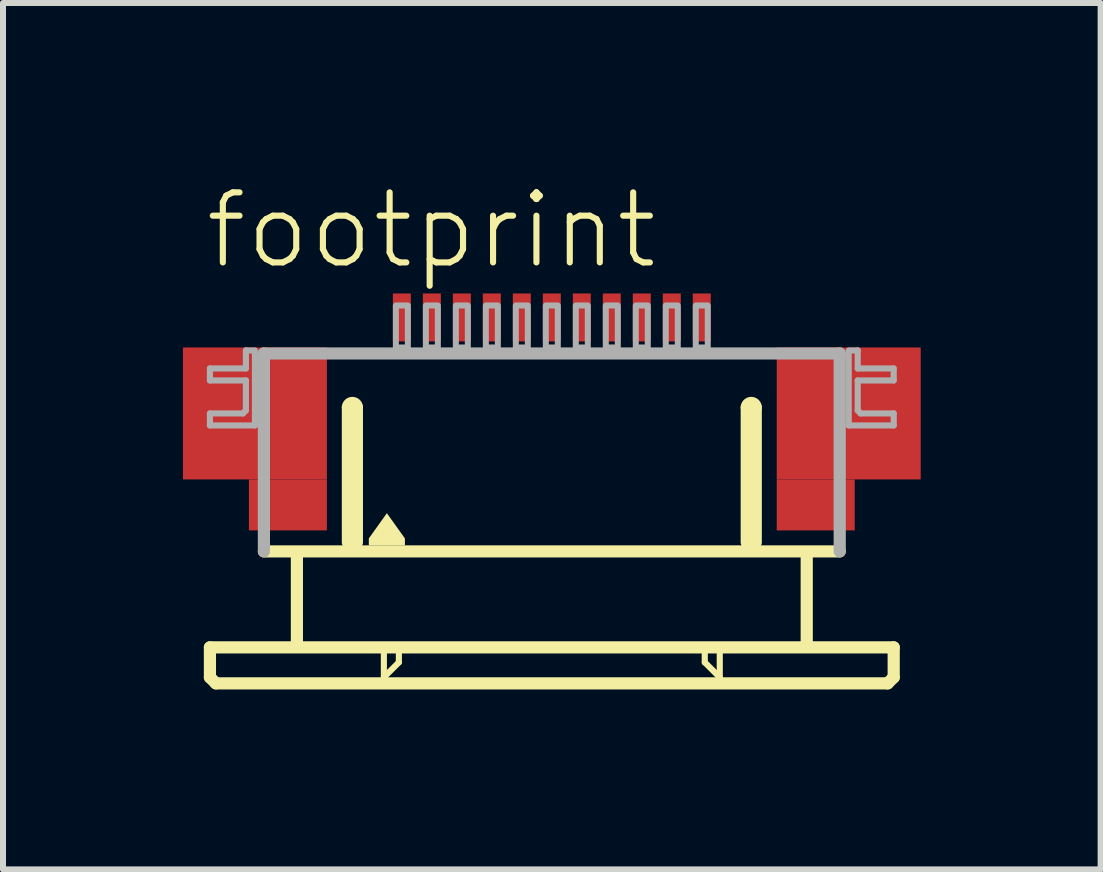
<source format=kicad_pcb>
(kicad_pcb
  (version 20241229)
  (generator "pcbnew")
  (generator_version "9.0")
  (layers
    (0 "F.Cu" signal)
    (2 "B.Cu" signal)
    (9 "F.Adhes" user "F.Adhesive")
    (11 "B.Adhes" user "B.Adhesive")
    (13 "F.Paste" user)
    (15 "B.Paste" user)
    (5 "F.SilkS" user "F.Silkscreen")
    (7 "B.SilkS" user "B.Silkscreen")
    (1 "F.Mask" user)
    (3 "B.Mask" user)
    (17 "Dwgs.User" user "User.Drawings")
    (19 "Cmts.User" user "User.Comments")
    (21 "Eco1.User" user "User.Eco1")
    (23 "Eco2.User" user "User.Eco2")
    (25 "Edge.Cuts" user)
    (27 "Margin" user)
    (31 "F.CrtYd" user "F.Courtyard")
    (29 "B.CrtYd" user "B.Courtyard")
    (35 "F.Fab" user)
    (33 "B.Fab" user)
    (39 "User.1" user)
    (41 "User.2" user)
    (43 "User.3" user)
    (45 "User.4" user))
  (footprint "footprint"
    (layer "F.Cu")
    (at 6.15 4.743)
    (property "Reference" "footprint" (at -5.83 -3.27 0) (layer "F.SilkS") (effects (font (size 1.168 1.168) (thickness 0.102)) (justify left bottom)))
    (fp_poly (pts (xy -6.15 0.2) (xy -3.75 0.2) (xy -3.75 -2) (xy -6.15 -2)) (stroke (width 0) (type solid)) (fill yes) (layer "F.Cu"))
    (fp_poly (pts (xy -5.05 1.05) (xy -3.75 1.05) (xy -3.75 0.2) (xy -5.05 0.2)) (stroke (width 0) (type solid)) (fill yes) (layer "F.Cu"))
    (fp_poly (pts (xy 3.75 0.2) (xy 6.15 0.2) (xy 6.15 -2) (xy 3.75 -2)) (stroke (width 0) (type solid)) (fill yes) (layer "F.Cu"))
    (fp_poly (pts (xy 3.75 1.05) (xy 5.05 1.05) (xy 5.05 0.2) (xy 3.75 0.2)) (stroke (width 0) (type solid)) (fill yes) (layer "F.Cu"))
    (fp_poly (pts (xy -6.15 0.2) (xy -5 0.2) (xy -5 -2) (xy -6.15 -2)) (stroke (width 0) (type solid)) (fill yes) (layer "F.Mask"))
    (fp_poly (pts (xy -5.05 1.05) (xy -3.75 1.05) (xy -3.75 -2) (xy -5.05 -2)) (stroke (width 0) (type solid)) (fill yes) (layer "F.Mask"))
    (fp_poly (pts (xy 5.05 -2) (xy 3.75 -2) (xy 3.75 1.05) (xy 5.05 1.05)) (stroke (width 0) (type solid)) (fill yes) (layer "F.Mask"))
    (fp_poly (pts (xy 6.15 -2) (xy 5 -2) (xy 5 0.2) (xy 6.15 0.2)) (stroke (width 0) (type solid)) (fill yes) (layer "F.Mask"))
    (fp_line (start -5.7 3) (end -5.7 3.5) (stroke (width 0.203) (type solid)) (layer "F.SilkS"))
    (fp_line (start -5.7 3.5) (end -5.6 3.6) (stroke (width 0.203) (type solid)) (layer "F.SilkS"))
    (fp_line (start -5.6 3.6) (end 5.6 3.6) (stroke (width 0.203) (type solid)) (layer "F.SilkS"))
    (fp_line (start -4.25 1.5) (end -4.25 2.9) (stroke (width 0.203) (type solid)) (layer "F.SilkS"))
    (fp_line (start -3.4 1.25) (end -3.4 -1) (stroke (width 0.203) (type solid)) (layer "F.SilkS"))
    (fp_line (start -3.25 -1) (end -3.25 1.25) (stroke (width 0.203) (type solid)) (layer "F.SilkS"))
    (fp_line (start -2.8 3.1) (end -2.8 3.5) (stroke (width 0.102) (type solid)) (layer "F.SilkS"))
    (fp_line (start -2.8 3.5) (end -2.55 3.25) (stroke (width 0.102) (type solid)) (layer "F.SilkS"))
    (fp_line (start -2.55 3.25) (end -2.55 3.1) (stroke (width 0.102) (type solid)) (layer "F.SilkS"))
    (fp_line (start 2.55 3.1) (end 2.55 3.25) (stroke (width 0.102) (type solid)) (layer "F.SilkS"))
    (fp_line (start 2.55 3.25) (end 2.8 3.5) (stroke (width 0.102) (type solid)) (layer "F.SilkS"))
    (fp_line (start 2.8 3.5) (end 2.8 3.1) (stroke (width 0.102) (type solid)) (layer "F.SilkS"))
    (fp_line (start 3.25 1.25) (end 3.25 -1) (stroke (width 0.203) (type solid)) (layer "F.SilkS"))
    (fp_line (start 3.4 -1) (end 3.4 1.25) (stroke (width 0.203) (type solid)) (layer "F.SilkS"))
    (fp_line (start 4.25 1.5) (end 4.25 2.9) (stroke (width 0.203) (type solid)) (layer "F.SilkS"))
    (fp_line (start 4.8 1.4) (end -4.8 1.4) (stroke (width 0.203) (type solid)) (layer "F.SilkS"))
    (fp_line (start 5.6 3.6) (end 5.7 3.5) (stroke (width 0.203) (type solid)) (layer "F.SilkS"))
    (fp_line (start 5.7 3) (end -5.7 3) (stroke (width 0.203) (type solid)) (layer "F.SilkS"))
    (fp_line (start 5.7 3.5) (end 5.7 3) (stroke (width 0.203) (type solid)) (layer "F.SilkS"))
    (fp_arc (start -3.4 -1) (mid -3.325 -1.075) (end -3.25 -1) (stroke (width 0.2032) (type solid)) (layer "F.SilkS"))
    (fp_arc (start 3.25 -1) (mid 3.325 -1.075) (end 3.4 -1) (stroke (width 0.2032) (type solid)) (layer "F.SilkS"))
    (fp_poly (pts (xy -2.449 1.184) (xy -2.449 1.301) (xy -3.051 1.301) (xy -3.051 1.184) (xy -2.75 0.763)) (stroke (width 0) (type solid)) (fill yes) (layer "F.SilkS"))
    (fp_poly (pts (xy -5.95 0.05) (xy -3.95 0.05) (xy -3.95 -1.85) (xy -5.95 -1.85)) (stroke (width 0) (type solid)) (fill yes) (layer "F.Paste"))
    (fp_poly (pts (xy 5.95 -1.85) (xy 3.95 -1.85) (xy 3.95 0.05) (xy 5.95 0.05)) (stroke (width 0) (type solid)) (fill yes) (layer "F.Paste"))
    (fp_line (start -5.7 -1.65) (end -5.7 -1.45) (stroke (width 0.102) (type solid)) (layer "F.Fab"))
    (fp_line (start -5.7 -1.45) (end -5.1 -1.45) (stroke (width 0.102) (type solid)) (layer "F.Fab"))
    (fp_line (start -5.7 -0.9) (end -5.7 -0.7) (stroke (width 0.102) (type solid)) (layer "F.Fab"))
    (fp_line (start -5.7 -0.7) (end -4.95 -0.7) (stroke (width 0.102) (type solid)) (layer "F.Fab"))
    (fp_line (start -5.15 -0.9) (end -5.7 -0.9) (stroke (width 0.102) (type solid)) (layer "F.Fab"))
    (fp_line (start -5.1 -1.95) (end -5.1 -1.65) (stroke (width 0.102) (type solid)) (layer "F.Fab"))
    (fp_line (start -5.1 -1.65) (end -5.7 -1.65) (stroke (width 0.102) (type solid)) (layer "F.Fab"))
    (fp_line (start -5.1 -1.45) (end -5.1 -0.95) (stroke (width 0.102) (type solid)) (layer "F.Fab"))
    (fp_line (start -5.1 -0.95) (end -5.15 -0.9) (stroke (width 0.102) (type solid)) (layer "F.Fab"))
    (fp_line (start -4.95 -1.95) (end -5.1 -1.95) (stroke (width 0.102) (type solid)) (layer "F.Fab"))
    (fp_line (start -4.95 -0.7) (end -4.95 -1.9) (stroke (width 0.102) (type solid)) (layer "F.Fab"))
    (fp_line (start -4.8 -1.9) (end 4.8 -1.9) (stroke (width 0.203) (type solid)) (layer "F.Fab"))
    (fp_line (start -4.8 1.4) (end -4.8 -1.9) (stroke (width 0.203) (type solid)) (layer "F.Fab"))
    (fp_line (start 4.8 -1.9) (end 4.8 1.4) (stroke (width 0.203) (type solid)) (layer "F.Fab"))
    (fp_line (start 4.95 -1.95) (end 5.1 -1.95) (stroke (width 0.102) (type solid)) (layer "F.Fab"))
    (fp_line (start 4.95 -0.7) (end 4.95 -1.9) (stroke (width 0.102) (type solid)) (layer "F.Fab"))
    (fp_line (start 5.1 -1.95) (end 5.1 -1.65) (stroke (width 0.102) (type solid)) (layer "F.Fab"))
    (fp_line (start 5.1 -1.65) (end 5.7 -1.65) (stroke (width 0.102) (type solid)) (layer "F.Fab"))
    (fp_line (start 5.1 -1.45) (end 5.1 -0.95) (stroke (width 0.102) (type solid)) (layer "F.Fab"))
    (fp_line (start 5.1 -0.95) (end 5.15 -0.9) (stroke (width 0.102) (type solid)) (layer "F.Fab"))
    (fp_line (start 5.15 -0.9) (end 5.7 -0.9) (stroke (width 0.102) (type solid)) (layer "F.Fab"))
    (fp_line (start 5.7 -1.65) (end 5.7 -1.45) (stroke (width 0.102) (type solid)) (layer "F.Fab"))
    (fp_line (start 5.7 -1.45) (end 5.1 -1.45) (stroke (width 0.102) (type solid)) (layer "F.Fab"))
    (fp_line (start 5.7 -0.9) (end 5.7 -0.7) (stroke (width 0.102) (type solid)) (layer "F.Fab"))
    (fp_line (start 5.7 -0.7) (end 4.95 -0.7) (stroke (width 0.102) (type solid)) (layer "F.Fab"))
    (fp_poly (pts (xy -2.6 -2) (xy -2.4 -2) (xy -2.4 -2.7) (xy -2.6 -2.7)) (stroke (width 0.1) (type solid)) (fill no) (layer "F.Fab"))
    (fp_poly (pts (xy -2.1 -2) (xy -1.9 -2) (xy -1.9 -2.7) (xy -2.1 -2.7)) (stroke (width 0.1) (type solid)) (fill no) (layer "F.Fab"))
    (fp_poly (pts (xy -1.6 -2) (xy -1.4 -2) (xy -1.4 -2.7) (xy -1.6 -2.7)) (stroke (width 0.1) (type solid)) (fill no) (layer "F.Fab"))
    (fp_poly (pts (xy -1.1 -2) (xy -0.9 -2) (xy -0.9 -2.7) (xy -1.1 -2.7)) (stroke (width 0.1) (type solid)) (fill no) (layer "F.Fab"))
    (fp_poly (pts (xy -0.6 -2) (xy -0.4 -2) (xy -0.4 -2.7) (xy -0.6 -2.7)) (stroke (width 0.1) (type solid)) (fill no) (layer "F.Fab"))
    (fp_poly (pts (xy -0.1 -2) (xy 0.1 -2) (xy 0.1 -2.7) (xy -0.1 -2.7)) (stroke (width 0.1) (type solid)) (fill no) (layer "F.Fab"))
    (fp_poly (pts (xy 0.4 -2) (xy 0.6 -2) (xy 0.6 -2.7) (xy 0.4 -2.7)) (stroke (width 0.1) (type solid)) (fill no) (layer "F.Fab"))
    (fp_poly (pts (xy 0.9 -2) (xy 1.1 -2) (xy 1.1 -2.7) (xy 0.9 -2.7)) (stroke (width 0.1) (type solid)) (fill no) (layer "F.Fab"))
    (fp_poly (pts (xy 1.4 -2) (xy 1.6 -2) (xy 1.6 -2.7) (xy 1.4 -2.7)) (stroke (width 0.1) (type solid)) (fill no) (layer "F.Fab"))
    (fp_poly (pts (xy 1.9 -2) (xy 2.1 -2) (xy 2.1 -2.7) (xy 1.9 -2.7)) (stroke (width 0.1) (type solid)) (fill no) (layer "F.Fab"))
    (fp_poly (pts (xy 2.4 -2) (xy 2.6 -2) (xy 2.6 -2.7) (xy 2.4 -2.7)) (stroke (width 0.1) (type solid)) (fill no) (layer "F.Fab"))
    (pad "1" smd rect (at -2.5 -2.5) (size 0.3 0.8) (layers "F.Cu" "F.Mask" "F.Paste"))
    (pad "2" smd rect (at -2 -2.5) (size 0.3 0.8) (layers "F.Cu" "F.Mask" "F.Paste"))
    (pad "3" smd rect (at -1.5 -2.5) (size 0.3 0.8) (layers "F.Cu" "F.Mask" "F.Paste"))
    (pad "4" smd rect (at -1 -2.5) (size 0.3 0.8) (layers "F.Cu" "F.Mask" "F.Paste"))
    (pad "5" smd rect (at -0.5 -2.5) (size 0.3 0.8) (layers "F.Cu" "F.Mask" "F.Paste"))
    (pad "6" smd rect (at 0 -2.5) (size 0.3 0.8) (layers "F.Cu" "F.Mask" "F.Paste"))
    (pad "7" smd rect (at 0.5 -2.5) (size 0.3 0.8) (layers "F.Cu" "F.Mask" "F.Paste"))
    (pad "8" smd rect (at 1 -2.5) (size 0.3 0.8) (layers "F.Cu" "F.Mask" "F.Paste"))
    (pad "9" smd rect (at 1.5 -2.5) (size 0.3 0.8) (layers "F.Cu" "F.Mask" "F.Paste"))
    (pad "10" smd rect (at 2 -2.5) (size 0.3 0.8) (layers "F.Cu" "F.Mask" "F.Paste"))
    (pad "11" smd rect (at 2.5 -2.5) (size 0.3 0.8) (layers "F.Cu" "F.Mask" "F.Paste")))
  (gr_rect
    (start -3 -3)
    (end 15.3 11.445)
    (stroke (width 0.1) (type default))
    (fill no)
    (layer "Edge.Cuts")))
</source>
